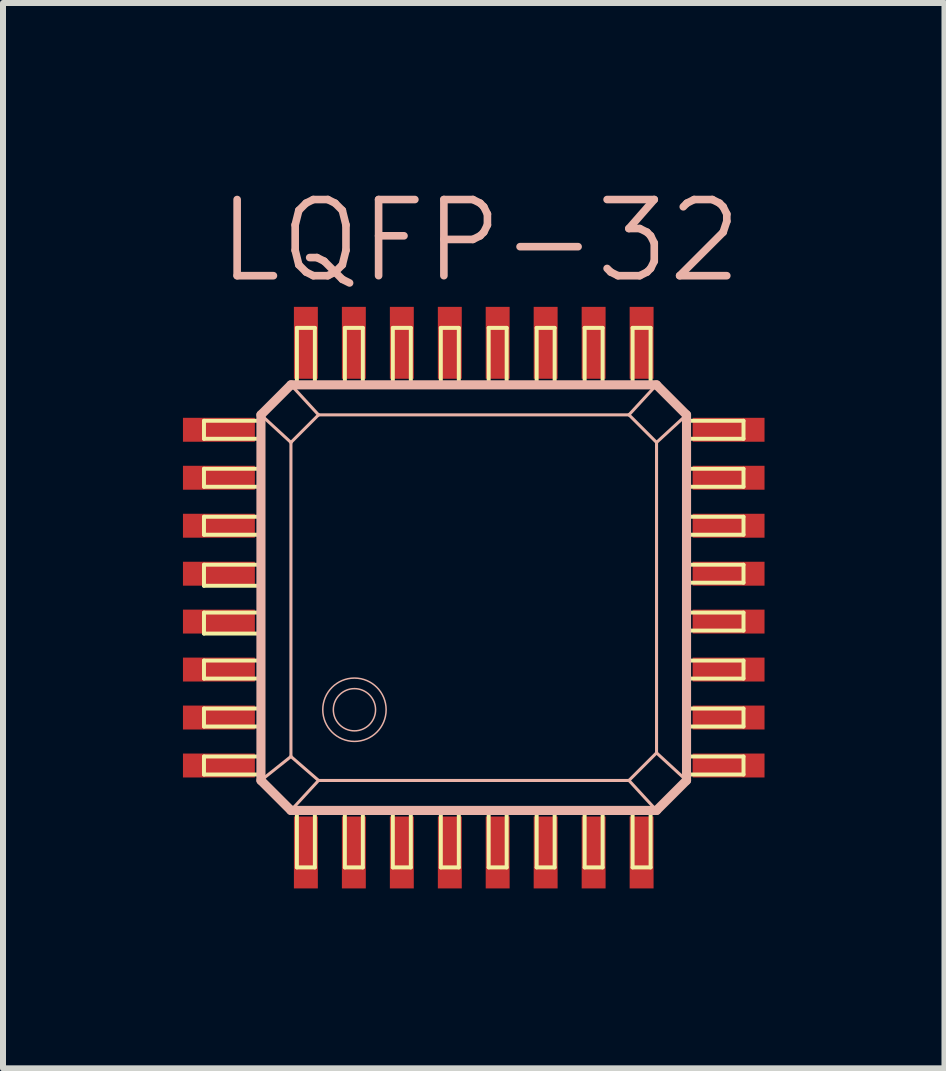
<source format=kicad_pcb>
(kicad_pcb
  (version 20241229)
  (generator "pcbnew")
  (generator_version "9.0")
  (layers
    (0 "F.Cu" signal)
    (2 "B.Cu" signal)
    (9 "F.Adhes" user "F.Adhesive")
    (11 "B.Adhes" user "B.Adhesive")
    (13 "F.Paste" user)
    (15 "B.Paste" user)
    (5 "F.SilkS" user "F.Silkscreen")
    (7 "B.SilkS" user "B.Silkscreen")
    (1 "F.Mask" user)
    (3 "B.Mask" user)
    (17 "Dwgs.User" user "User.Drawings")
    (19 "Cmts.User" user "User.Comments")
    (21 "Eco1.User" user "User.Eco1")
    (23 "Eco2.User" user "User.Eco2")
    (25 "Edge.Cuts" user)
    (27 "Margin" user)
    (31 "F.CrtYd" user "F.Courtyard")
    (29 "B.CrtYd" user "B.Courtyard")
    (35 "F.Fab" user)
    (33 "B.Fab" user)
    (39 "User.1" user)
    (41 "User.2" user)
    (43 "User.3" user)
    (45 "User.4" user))
  (footprint "LQFP-32"
    (layer "F.Cu")
    (at 4.849 6.915)
    (property "Reference" "LQFP-32" (at 0.107 -5.949 0) (layer "B.SilkS") (effects (font (size 1.27 1.27) (thickness 0.127))))
    (attr smd)
    (fp_line (start -4.498 -2.949) (end -3.548 -2.949) (stroke (width 0.066) (type solid)) (layer "F.SilkS"))
    (fp_line (start -4.498 -2.649) (end -4.498 -2.949) (stroke (width 0.066) (type solid)) (layer "F.SilkS"))
    (fp_line (start -4.498 -2.649) (end -3.548 -2.649) (stroke (width 0.066) (type solid)) (layer "F.SilkS"))
    (fp_line (start -4.498 -2.149) (end -3.548 -2.149) (stroke (width 0.066) (type solid)) (layer "F.SilkS"))
    (fp_line (start -4.498 -1.849) (end -4.498 -2.149) (stroke (width 0.066) (type solid)) (layer "F.SilkS"))
    (fp_line (start -4.498 -1.849) (end -3.548 -1.849) (stroke (width 0.066) (type solid)) (layer "F.SilkS"))
    (fp_line (start -4.498 -1.349) (end -3.548 -1.349) (stroke (width 0.066) (type solid)) (layer "F.SilkS"))
    (fp_line (start -4.498 -1.049) (end -4.498 -1.349) (stroke (width 0.066) (type solid)) (layer "F.SilkS"))
    (fp_line (start -4.498 -1.049) (end -3.548 -1.049) (stroke (width 0.066) (type solid)) (layer "F.SilkS"))
    (fp_line (start -4.498 -0.549) (end -3.548 -0.549) (stroke (width 0.066) (type solid)) (layer "F.SilkS"))
    (fp_line (start -4.498 -0.198) (end -4.498 -0.549) (stroke (width 0.066) (type solid)) (layer "F.SilkS"))
    (fp_line (start -4.498 -0.198) (end -3.548 -0.198) (stroke (width 0.066) (type solid)) (layer "F.SilkS"))
    (fp_line (start -4.498 0.249) (end -3.548 0.249) (stroke (width 0.066) (type solid)) (layer "F.SilkS"))
    (fp_line (start -4.498 0.599) (end -4.498 0.249) (stroke (width 0.066) (type solid)) (layer "F.SilkS"))
    (fp_line (start -4.498 0.599) (end -3.548 0.599) (stroke (width 0.066) (type solid)) (layer "F.SilkS"))
    (fp_line (start -4.498 1.049) (end -3.548 1.049) (stroke (width 0.066) (type solid)) (layer "F.SilkS"))
    (fp_line (start -4.498 1.349) (end -4.498 1.049) (stroke (width 0.066) (type solid)) (layer "F.SilkS"))
    (fp_line (start -4.498 1.349) (end -3.548 1.349) (stroke (width 0.066) (type solid)) (layer "F.SilkS"))
    (fp_line (start -4.498 1.849) (end -3.548 1.849) (stroke (width 0.066) (type solid)) (layer "F.SilkS"))
    (fp_line (start -4.498 2.149) (end -4.498 1.849) (stroke (width 0.066) (type solid)) (layer "F.SilkS"))
    (fp_line (start -4.498 2.149) (end -3.548 2.149) (stroke (width 0.066) (type solid)) (layer "F.SilkS"))
    (fp_line (start -4.498 2.649) (end -3.548 2.649) (stroke (width 0.066) (type solid)) (layer "F.SilkS"))
    (fp_line (start -4.498 2.949) (end -4.498 2.649) (stroke (width 0.066) (type solid)) (layer "F.SilkS"))
    (fp_line (start -4.498 2.949) (end -3.548 2.949) (stroke (width 0.066) (type solid)) (layer "F.SilkS"))
    (fp_line (start -3.548 -2.649) (end -3.548 -2.949) (stroke (width 0.066) (type solid)) (layer "F.SilkS"))
    (fp_line (start -3.548 -1.849) (end -3.548 -2.149) (stroke (width 0.066) (type solid)) (layer "F.SilkS"))
    (fp_line (start -3.548 -1.049) (end -3.548 -1.349) (stroke (width 0.066) (type solid)) (layer "F.SilkS"))
    (fp_line (start -3.548 -0.198) (end -3.548 -0.549) (stroke (width 0.066) (type solid)) (layer "F.SilkS"))
    (fp_line (start -3.548 0.599) (end -3.548 0.249) (stroke (width 0.066) (type solid)) (layer "F.SilkS"))
    (fp_line (start -3.548 1.349) (end -3.548 1.049) (stroke (width 0.066) (type solid)) (layer "F.SilkS"))
    (fp_line (start -3.548 2.149) (end -3.548 1.849) (stroke (width 0.066) (type solid)) (layer "F.SilkS"))
    (fp_line (start -3.548 2.949) (end -3.548 2.649) (stroke (width 0.066) (type solid)) (layer "F.SilkS"))
    (fp_line (start -2.949 -4.498) (end -2.649 -4.498) (stroke (width 0.066) (type solid)) (layer "F.SilkS"))
    (fp_line (start -2.949 -3.548) (end -2.949 -4.498) (stroke (width 0.066) (type solid)) (layer "F.SilkS"))
    (fp_line (start -2.949 -3.548) (end -2.649 -3.548) (stroke (width 0.066) (type solid)) (layer "F.SilkS"))
    (fp_line (start -2.949 3.548) (end -2.649 3.548) (stroke (width 0.066) (type solid)) (layer "F.SilkS"))
    (fp_line (start -2.949 4.498) (end -2.949 3.548) (stroke (width 0.066) (type solid)) (layer "F.SilkS"))
    (fp_line (start -2.949 4.498) (end -2.649 4.498) (stroke (width 0.066) (type solid)) (layer "F.SilkS"))
    (fp_line (start -2.649 -3.548) (end -2.649 -4.498) (stroke (width 0.066) (type solid)) (layer "F.SilkS"))
    (fp_line (start -2.649 4.498) (end -2.649 3.548) (stroke (width 0.066) (type solid)) (layer "F.SilkS"))
    (fp_line (start -2.149 -4.498) (end -1.849 -4.498) (stroke (width 0.066) (type solid)) (layer "F.SilkS"))
    (fp_line (start -2.149 -3.548) (end -2.149 -4.498) (stroke (width 0.066) (type solid)) (layer "F.SilkS"))
    (fp_line (start -2.149 -3.548) (end -1.849 -3.548) (stroke (width 0.066) (type solid)) (layer "F.SilkS"))
    (fp_line (start -2.149 3.548) (end -1.849 3.548) (stroke (width 0.066) (type solid)) (layer "F.SilkS"))
    (fp_line (start -2.149 4.498) (end -2.149 3.548) (stroke (width 0.066) (type solid)) (layer "F.SilkS"))
    (fp_line (start -2.149 4.498) (end -1.849 4.498) (stroke (width 0.066) (type solid)) (layer "F.SilkS"))
    (fp_line (start -1.849 -3.548) (end -1.849 -4.498) (stroke (width 0.066) (type solid)) (layer "F.SilkS"))
    (fp_line (start -1.849 4.498) (end -1.849 3.548) (stroke (width 0.066) (type solid)) (layer "F.SilkS"))
    (fp_line (start -1.349 -4.498) (end -1.049 -4.498) (stroke (width 0.066) (type solid)) (layer "F.SilkS"))
    (fp_line (start -1.349 -3.548) (end -1.349 -4.498) (stroke (width 0.066) (type solid)) (layer "F.SilkS"))
    (fp_line (start -1.349 -3.548) (end -1.049 -3.548) (stroke (width 0.066) (type solid)) (layer "F.SilkS"))
    (fp_line (start -1.349 3.548) (end -1.049 3.548) (stroke (width 0.066) (type solid)) (layer "F.SilkS"))
    (fp_line (start -1.349 4.498) (end -1.349 3.548) (stroke (width 0.066) (type solid)) (layer "F.SilkS"))
    (fp_line (start -1.349 4.498) (end -1.049 4.498) (stroke (width 0.066) (type solid)) (layer "F.SilkS"))
    (fp_line (start -1.049 -3.548) (end -1.049 -4.498) (stroke (width 0.066) (type solid)) (layer "F.SilkS"))
    (fp_line (start -1.049 4.498) (end -1.049 3.548) (stroke (width 0.066) (type solid)) (layer "F.SilkS"))
    (fp_line (start -0.549 -4.498) (end -0.249 -4.498) (stroke (width 0.066) (type solid)) (layer "F.SilkS"))
    (fp_line (start -0.549 -3.548) (end -0.549 -4.498) (stroke (width 0.066) (type solid)) (layer "F.SilkS"))
    (fp_line (start -0.549 -3.548) (end -0.249 -3.548) (stroke (width 0.066) (type solid)) (layer "F.SilkS"))
    (fp_line (start -0.549 3.548) (end -0.249 3.548) (stroke (width 0.066) (type solid)) (layer "F.SilkS"))
    (fp_line (start -0.549 4.498) (end -0.549 3.548) (stroke (width 0.066) (type solid)) (layer "F.SilkS"))
    (fp_line (start -0.549 4.498) (end -0.249 4.498) (stroke (width 0.066) (type solid)) (layer "F.SilkS"))
    (fp_line (start -0.249 -3.548) (end -0.249 -4.498) (stroke (width 0.066) (type solid)) (layer "F.SilkS"))
    (fp_line (start -0.249 4.498) (end -0.249 3.548) (stroke (width 0.066) (type solid)) (layer "F.SilkS"))
    (fp_line (start 0.249 -4.498) (end 0.549 -4.498) (stroke (width 0.066) (type solid)) (layer "F.SilkS"))
    (fp_line (start 0.249 -3.548) (end 0.249 -4.498) (stroke (width 0.066) (type solid)) (layer "F.SilkS"))
    (fp_line (start 0.249 -3.548) (end 0.549 -3.548) (stroke (width 0.066) (type solid)) (layer "F.SilkS"))
    (fp_line (start 0.249 3.548) (end 0.549 3.548) (stroke (width 0.066) (type solid)) (layer "F.SilkS"))
    (fp_line (start 0.249 4.498) (end 0.249 3.548) (stroke (width 0.066) (type solid)) (layer "F.SilkS"))
    (fp_line (start 0.249 4.498) (end 0.549 4.498) (stroke (width 0.066) (type solid)) (layer "F.SilkS"))
    (fp_line (start 0.549 -3.548) (end 0.549 -4.498) (stroke (width 0.066) (type solid)) (layer "F.SilkS"))
    (fp_line (start 0.549 4.498) (end 0.549 3.548) (stroke (width 0.066) (type solid)) (layer "F.SilkS"))
    (fp_line (start 1.049 -4.498) (end 1.349 -4.498) (stroke (width 0.066) (type solid)) (layer "F.SilkS"))
    (fp_line (start 1.049 -3.548) (end 1.049 -4.498) (stroke (width 0.066) (type solid)) (layer "F.SilkS"))
    (fp_line (start 1.049 -3.548) (end 1.349 -3.548) (stroke (width 0.066) (type solid)) (layer "F.SilkS"))
    (fp_line (start 1.049 3.548) (end 1.349 3.548) (stroke (width 0.066) (type solid)) (layer "F.SilkS"))
    (fp_line (start 1.049 4.498) (end 1.049 3.548) (stroke (width 0.066) (type solid)) (layer "F.SilkS"))
    (fp_line (start 1.049 4.498) (end 1.349 4.498) (stroke (width 0.066) (type solid)) (layer "F.SilkS"))
    (fp_line (start 1.349 -3.548) (end 1.349 -4.498) (stroke (width 0.066) (type solid)) (layer "F.SilkS"))
    (fp_line (start 1.349 4.498) (end 1.349 3.548) (stroke (width 0.066) (type solid)) (layer "F.SilkS"))
    (fp_line (start 1.849 -4.498) (end 2.149 -4.498) (stroke (width 0.066) (type solid)) (layer "F.SilkS"))
    (fp_line (start 1.849 -3.548) (end 1.849 -4.498) (stroke (width 0.066) (type solid)) (layer "F.SilkS"))
    (fp_line (start 1.849 -3.548) (end 2.149 -3.548) (stroke (width 0.066) (type solid)) (layer "F.SilkS"))
    (fp_line (start 1.849 3.548) (end 2.149 3.548) (stroke (width 0.066) (type solid)) (layer "F.SilkS"))
    (fp_line (start 1.849 4.498) (end 1.849 3.548) (stroke (width 0.066) (type solid)) (layer "F.SilkS"))
    (fp_line (start 1.849 4.498) (end 2.149 4.498) (stroke (width 0.066) (type solid)) (layer "F.SilkS"))
    (fp_line (start 2.149 -3.548) (end 2.149 -4.498) (stroke (width 0.066) (type solid)) (layer "F.SilkS"))
    (fp_line (start 2.149 4.498) (end 2.149 3.548) (stroke (width 0.066) (type solid)) (layer "F.SilkS"))
    (fp_line (start 2.649 -4.498) (end 2.949 -4.498) (stroke (width 0.066) (type solid)) (layer "F.SilkS"))
    (fp_line (start 2.649 -3.548) (end 2.649 -4.498) (stroke (width 0.066) (type solid)) (layer "F.SilkS"))
    (fp_line (start 2.649 -3.548) (end 2.949 -3.548) (stroke (width 0.066) (type solid)) (layer "F.SilkS"))
    (fp_line (start 2.649 3.548) (end 2.949 3.548) (stroke (width 0.066) (type solid)) (layer "F.SilkS"))
    (fp_line (start 2.649 4.498) (end 2.649 3.548) (stroke (width 0.066) (type solid)) (layer "F.SilkS"))
    (fp_line (start 2.649 4.498) (end 2.949 4.498) (stroke (width 0.066) (type solid)) (layer "F.SilkS"))
    (fp_line (start 2.949 -3.548) (end 2.949 -4.498) (stroke (width 0.066) (type solid)) (layer "F.SilkS"))
    (fp_line (start 2.949 4.498) (end 2.949 3.548) (stroke (width 0.066) (type solid)) (layer "F.SilkS"))
    (fp_line (start 3.548 -2.949) (end 4.498 -2.949) (stroke (width 0.066) (type solid)) (layer "F.SilkS"))
    (fp_line (start 3.548 -2.649) (end 3.548 -2.949) (stroke (width 0.066) (type solid)) (layer "F.SilkS"))
    (fp_line (start 3.548 -2.649) (end 4.498 -2.649) (stroke (width 0.066) (type solid)) (layer "F.SilkS"))
    (fp_line (start 3.548 -2.149) (end 4.498 -2.149) (stroke (width 0.066) (type solid)) (layer "F.SilkS"))
    (fp_line (start 3.548 -1.849) (end 3.548 -2.149) (stroke (width 0.066) (type solid)) (layer "F.SilkS"))
    (fp_line (start 3.548 -1.849) (end 4.498 -1.849) (stroke (width 0.066) (type solid)) (layer "F.SilkS"))
    (fp_line (start 3.548 -1.349) (end 4.498 -1.349) (stroke (width 0.066) (type solid)) (layer "F.SilkS"))
    (fp_line (start 3.548 -1.049) (end 3.548 -1.349) (stroke (width 0.066) (type solid)) (layer "F.SilkS"))
    (fp_line (start 3.548 -1.049) (end 4.498 -1.049) (stroke (width 0.066) (type solid)) (layer "F.SilkS"))
    (fp_line (start 3.548 -0.549) (end 4.498 -0.549) (stroke (width 0.066) (type solid)) (layer "F.SilkS"))
    (fp_line (start 3.548 -0.249) (end 3.548 -0.549) (stroke (width 0.066) (type solid)) (layer "F.SilkS"))
    (fp_line (start 3.548 -0.249) (end 4.498 -0.249) (stroke (width 0.066) (type solid)) (layer "F.SilkS"))
    (fp_line (start 3.548 0.249) (end 4.498 0.249) (stroke (width 0.066) (type solid)) (layer "F.SilkS"))
    (fp_line (start 3.548 0.549) (end 3.548 0.249) (stroke (width 0.066) (type solid)) (layer "F.SilkS"))
    (fp_line (start 3.548 0.549) (end 4.498 0.549) (stroke (width 0.066) (type solid)) (layer "F.SilkS"))
    (fp_line (start 3.548 1.049) (end 4.498 1.049) (stroke (width 0.066) (type solid)) (layer "F.SilkS"))
    (fp_line (start 3.548 1.349) (end 3.548 1.049) (stroke (width 0.066) (type solid)) (layer "F.SilkS"))
    (fp_line (start 3.548 1.349) (end 4.498 1.349) (stroke (width 0.066) (type solid)) (layer "F.SilkS"))
    (fp_line (start 3.548 1.849) (end 4.498 1.849) (stroke (width 0.066) (type solid)) (layer "F.SilkS"))
    (fp_line (start 3.548 2.149) (end 3.548 1.849) (stroke (width 0.066) (type solid)) (layer "F.SilkS"))
    (fp_line (start 3.548 2.149) (end 4.498 2.149) (stroke (width 0.066) (type solid)) (layer "F.SilkS"))
    (fp_line (start 3.548 2.649) (end 4.498 2.649) (stroke (width 0.066) (type solid)) (layer "F.SilkS"))
    (fp_line (start 3.548 2.949) (end 3.548 2.649) (stroke (width 0.066) (type solid)) (layer "F.SilkS"))
    (fp_line (start 3.548 2.949) (end 4.498 2.949) (stroke (width 0.066) (type solid)) (layer "F.SilkS"))
    (fp_line (start 4.498 -2.649) (end 4.498 -2.949) (stroke (width 0.066) (type solid)) (layer "F.SilkS"))
    (fp_line (start 4.498 -1.849) (end 4.498 -2.149) (stroke (width 0.066) (type solid)) (layer "F.SilkS"))
    (fp_line (start 4.498 -1.049) (end 4.498 -1.349) (stroke (width 0.066) (type solid)) (layer "F.SilkS"))
    (fp_line (start 4.498 -0.249) (end 4.498 -0.549) (stroke (width 0.066) (type solid)) (layer "F.SilkS"))
    (fp_line (start 4.498 0.549) (end 4.498 0.249) (stroke (width 0.066) (type solid)) (layer "F.SilkS"))
    (fp_line (start 4.498 1.349) (end 4.498 1.049) (stroke (width 0.066) (type solid)) (layer "F.SilkS"))
    (fp_line (start 4.498 2.149) (end 4.498 1.849) (stroke (width 0.066) (type solid)) (layer "F.SilkS"))
    (fp_line (start 4.498 2.949) (end 4.498 2.649) (stroke (width 0.066) (type solid)) (layer "F.SilkS"))
    (fp_line (start -3.548 -3.048) (end -3.048 -3.548) (stroke (width 0.152) (type solid)) (layer "B.SilkS"))
    (fp_line (start -3.548 -3.048) (end -3.048 -2.588) (stroke (width 0.051) (type solid)) (layer "B.SilkS"))
    (fp_line (start -3.548 3.048) (end -3.548 -3.048) (stroke (width 0.152) (type solid)) (layer "B.SilkS"))
    (fp_line (start -3.048 -3.548) (end -2.588 -3.048) (stroke (width 0.051) (type solid)) (layer "B.SilkS"))
    (fp_line (start -3.048 -3.548) (end 3.048 -3.548) (stroke (width 0.152) (type solid)) (layer "B.SilkS"))
    (fp_line (start -3.048 -2.588) (end -2.588 -3.048) (stroke (width 0.051) (type solid)) (layer "B.SilkS"))
    (fp_line (start -3.048 2.649) (end -3.548 3.048) (stroke (width 0.051) (type solid)) (layer "B.SilkS"))
    (fp_line (start -3.048 2.649) (end -3.048 -2.588) (stroke (width 0.051) (type solid)) (layer "B.SilkS"))
    (fp_line (start -3.048 3.548) (end -3.548 3.048) (stroke (width 0.152) (type solid)) (layer "B.SilkS"))
    (fp_line (start -3.048 3.548) (end -2.588 3.048) (stroke (width 0.051) (type solid)) (layer "B.SilkS"))
    (fp_line (start -2.588 -3.048) (end 2.588 -3.048) (stroke (width 0.051) (type solid)) (layer "B.SilkS"))
    (fp_line (start -2.588 3.048) (end -3.048 2.649) (stroke (width 0.051) (type solid)) (layer "B.SilkS"))
    (fp_line (start 2.588 -3.048) (end 3.048 -2.588) (stroke (width 0.051) (type solid)) (layer "B.SilkS"))
    (fp_line (start 2.588 3.048) (end -2.588 3.048) (stroke (width 0.051) (type solid)) (layer "B.SilkS"))
    (fp_line (start 3.048 -3.548) (end 2.588 -3.048) (stroke (width 0.051) (type solid)) (layer "B.SilkS"))
    (fp_line (start 3.048 -3.548) (end 3.548 -3.048) (stroke (width 0.152) (type solid)) (layer "B.SilkS"))
    (fp_line (start 3.048 -2.588) (end 3.048 2.588) (stroke (width 0.051) (type solid)) (layer "B.SilkS"))
    (fp_line (start 3.048 2.588) (end 2.588 3.048) (stroke (width 0.051) (type solid)) (layer "B.SilkS"))
    (fp_line (start 3.048 3.548) (end -3.048 3.548) (stroke (width 0.152) (type solid)) (layer "B.SilkS"))
    (fp_line (start 3.048 3.548) (end 2.588 3.048) (stroke (width 0.051) (type solid)) (layer "B.SilkS"))
    (fp_line (start 3.548 -3.048) (end 3.048 -2.588) (stroke (width 0.051) (type solid)) (layer "B.SilkS"))
    (fp_line (start 3.548 -3.048) (end 3.548 3.048) (stroke (width 0.152) (type solid)) (layer "B.SilkS"))
    (fp_line (start 3.548 3.048) (end 3.048 2.588) (stroke (width 0.051) (type solid)) (layer "B.SilkS"))
    (fp_line (start 3.548 3.048) (end 3.048 3.548) (stroke (width 0.152) (type solid)) (layer "B.SilkS"))
    (fp_circle (center -1.989 1.869) (end -2.362 2.243) (stroke (width 0.025) (type solid)) (fill no) (layer "B.SilkS"))
    (fp_circle (center -1.989 1.869) (end -2.238 2.118) (stroke (width 0.025) (type solid)) (fill no) (layer "B.SilkS"))
    (pad "1" smd rect (at -2.799 4.249) (size 0.399 1.199) (layers "F.Cu" "F.Mask" "F.Paste"))
    (pad "2" smd rect (at -1.999 4.249) (size 0.399 1.199) (layers "F.Cu" "F.Mask" "F.Paste"))
    (pad "3" smd rect (at -1.199 4.249) (size 0.399 1.199) (layers "F.Cu" "F.Mask" "F.Paste"))
    (pad "4" smd rect (at -0.399 4.249) (size 0.399 1.199) (layers "F.Cu" "F.Mask" "F.Paste"))
    (pad "5" smd rect (at 0.399 4.249) (size 0.399 1.199) (layers "F.Cu" "F.Mask" "F.Paste"))
    (pad "6" smd rect (at 1.199 4.249) (size 0.399 1.199) (layers "F.Cu" "F.Mask" "F.Paste"))
    (pad "7" smd rect (at 1.999 4.249) (size 0.399 1.199) (layers "F.Cu" "F.Mask" "F.Paste"))
    (pad "8" smd rect (at 2.799 4.249) (size 0.399 1.199) (layers "F.Cu" "F.Mask" "F.Paste"))
    (pad "9" smd rect (at 4.249 2.799) (size 1.199 0.399) (layers "F.Cu" "F.Mask" "F.Paste"))
    (pad "10" smd rect (at 4.249 1.999) (size 1.199 0.399) (layers "F.Cu" "F.Mask" "F.Paste"))
    (pad "11" smd rect (at 4.249 1.199) (size 1.199 0.399) (layers "F.Cu" "F.Mask" "F.Paste"))
    (pad "12" smd rect (at 4.249 0.399) (size 1.199 0.399) (layers "F.Cu" "F.Mask" "F.Paste"))
    (pad "13" smd rect (at 4.249 -0.399) (size 1.199 0.399) (layers "F.Cu" "F.Mask" "F.Paste"))
    (pad "14" smd rect (at 4.249 -1.199) (size 1.199 0.399) (layers "F.Cu" "F.Mask" "F.Paste"))
    (pad "15" smd rect (at 4.249 -1.999) (size 1.199 0.399) (layers "F.Cu" "F.Mask" "F.Paste"))
    (pad "16" smd rect (at 4.249 -2.799) (size 1.199 0.399) (layers "F.Cu" "F.Mask" "F.Paste"))
    (pad "17" smd rect (at 2.799 -4.249) (size 0.399 1.199) (layers "F.Cu" "F.Mask" "F.Paste"))
    (pad "18" smd rect (at 1.999 -4.249) (size 0.399 1.199) (layers "F.Cu" "F.Mask" "F.Paste"))
    (pad "19" smd rect (at 1.199 -4.249) (size 0.399 1.199) (layers "F.Cu" "F.Mask" "F.Paste"))
    (pad "20" smd rect (at 0.399 -4.249) (size 0.399 1.199) (layers "F.Cu" "F.Mask" "F.Paste"))
    (pad "21" smd rect (at -0.399 -4.249) (size 0.399 1.199) (layers "F.Cu" "F.Mask" "F.Paste"))
    (pad "22" smd rect (at -1.199 -4.249) (size 0.399 1.199) (layers "F.Cu" "F.Mask" "F.Paste"))
    (pad "23" smd rect (at -1.999 -4.249) (size 0.399 1.199) (layers "F.Cu" "F.Mask" "F.Paste"))
    (pad "24" smd rect (at -2.799 -4.249) (size 0.399 1.199) (layers "F.Cu" "F.Mask" "F.Paste"))
    (pad "25" smd rect (at -4.249 -2.799) (size 1.199 0.399) (layers "F.Cu" "F.Mask" "F.Paste"))
    (pad "26" smd rect (at -4.249 -1.999) (size 1.199 0.399) (layers "F.Cu" "F.Mask" "F.Paste"))
    (pad "27" smd rect (at -4.249 -1.199) (size 1.199 0.399) (layers "F.Cu" "F.Mask" "F.Paste"))
    (pad "28" smd rect (at -4.249 -0.399) (size 1.199 0.399) (layers "F.Cu" "F.Mask" "F.Paste"))
    (pad "29" smd rect (at -4.249 0.399) (size 1.199 0.399) (layers "F.Cu" "F.Mask" "F.Paste"))
    (pad "30" smd rect (at -4.249 1.199) (size 1.199 0.399) (layers "F.Cu" "F.Mask" "F.Paste"))
    (pad "31" smd rect (at -4.249 1.999) (size 1.199 0.399) (layers "F.Cu" "F.Mask" "F.Paste"))
    (pad "32" smd rect (at -4.249 2.799) (size 1.199 0.399) (layers "F.Cu" "F.Mask" "F.Paste")))
  (gr_rect
    (start -3 -3)
    (end 12.698 14.763)
    (stroke (width 0.1) (type default))
    (fill no)
    (layer "Edge.Cuts")))
</source>
